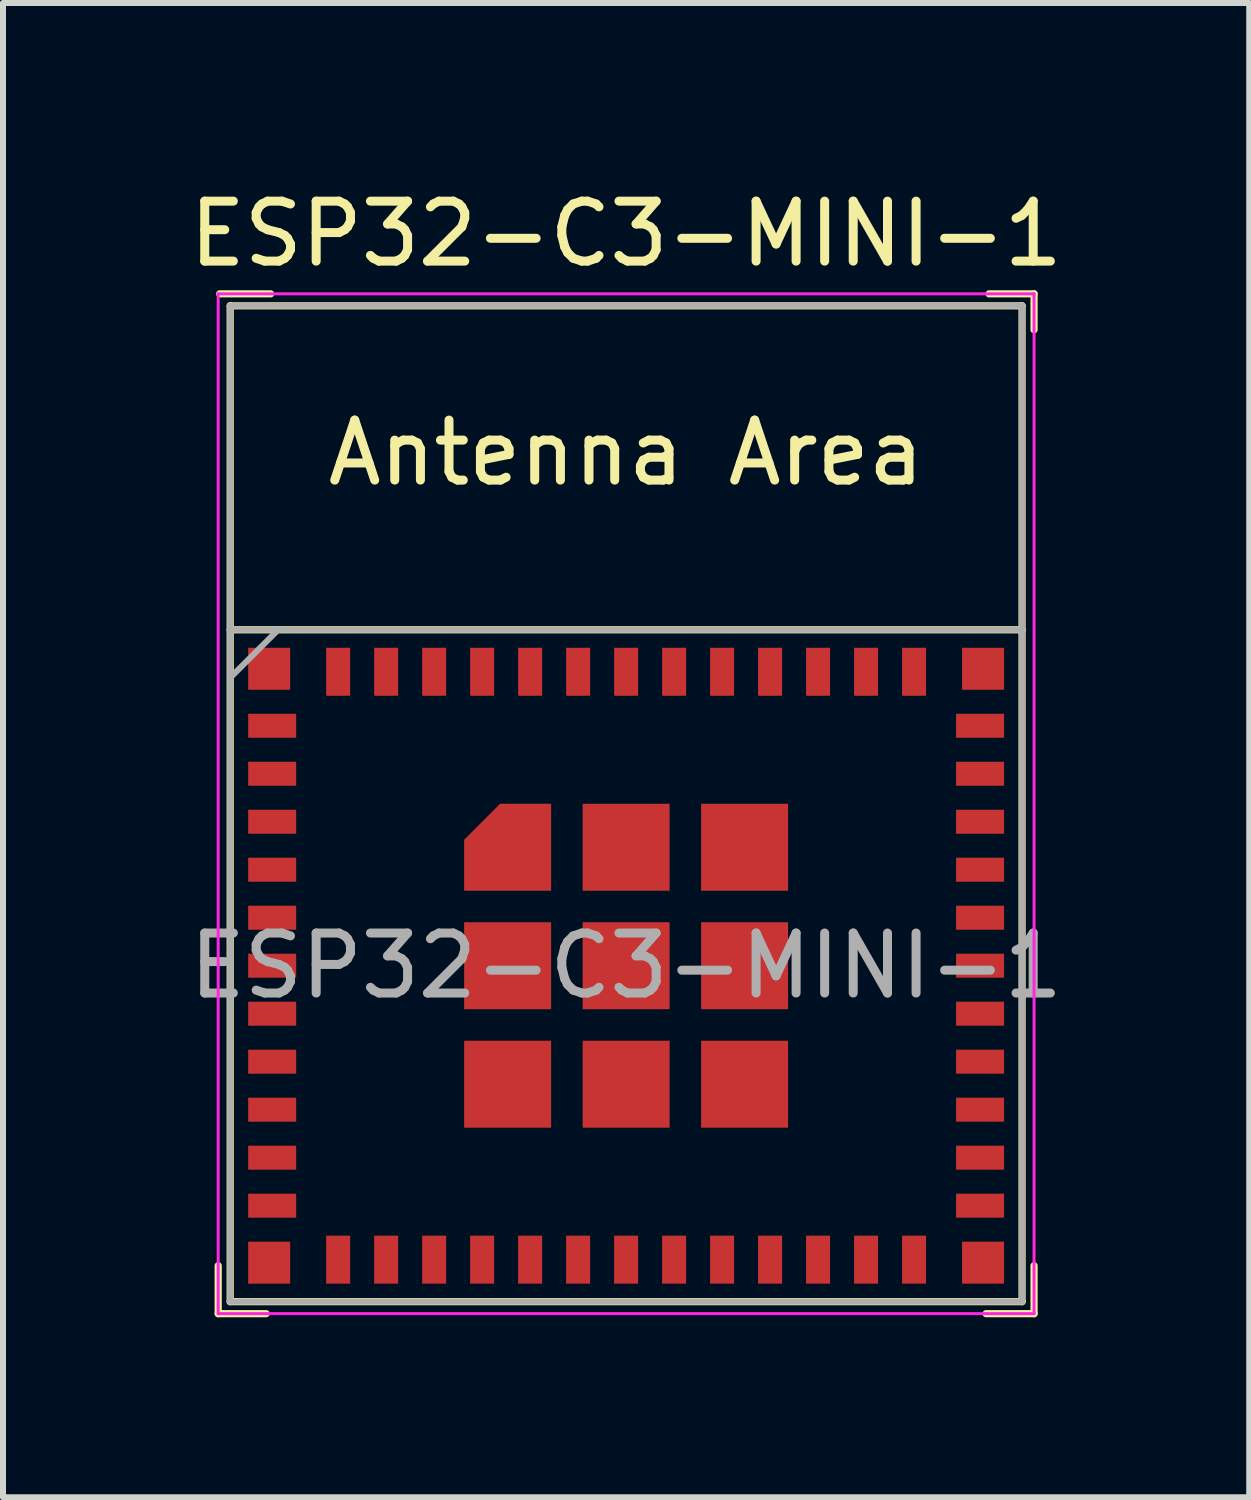
<source format=kicad_pcb>
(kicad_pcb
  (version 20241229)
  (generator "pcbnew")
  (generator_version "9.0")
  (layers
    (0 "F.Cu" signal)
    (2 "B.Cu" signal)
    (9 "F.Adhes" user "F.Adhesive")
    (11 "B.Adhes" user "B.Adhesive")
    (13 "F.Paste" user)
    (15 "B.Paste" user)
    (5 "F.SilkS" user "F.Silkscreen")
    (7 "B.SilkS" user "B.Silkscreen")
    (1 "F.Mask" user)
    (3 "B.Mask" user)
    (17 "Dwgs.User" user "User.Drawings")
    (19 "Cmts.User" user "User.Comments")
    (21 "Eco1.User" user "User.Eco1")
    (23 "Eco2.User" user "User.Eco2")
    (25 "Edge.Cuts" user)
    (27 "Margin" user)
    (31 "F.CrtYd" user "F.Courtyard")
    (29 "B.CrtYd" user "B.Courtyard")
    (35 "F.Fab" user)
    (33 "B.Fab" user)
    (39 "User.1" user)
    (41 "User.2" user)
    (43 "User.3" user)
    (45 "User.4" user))
  (footprint "ESP32-C3-MINI-1"
    (layer "F.Cu")
    (at 7.387 10.348)
    (property "Reference" "ESP32-C3-MINI-1" (at 0 -9.5 0) (layer "F.SilkS") (effects (font (size 1 1) (thickness 0.15))))
    (attr smd)
    (fp_line (start -6.8 7.7) (end -6.8 8.5) (stroke (width 0.12) (type solid)) (layer "F.SilkS"))
    (fp_line (start -6.8 8.5) (end -6 8.5) (stroke (width 0.12) (type solid)) (layer "F.SilkS"))
    (fp_line (start -6.6 -8.3) (end 6.6 -8.3) (stroke (width 0.12) (type solid)) (layer "F.SilkS"))
    (fp_line (start -6.6 -2.9) (end 6.6 -2.9) (stroke (width 0.12) (type solid)) (layer "F.SilkS"))
    (fp_line (start -6.6 8.3) (end -6.6 -8.3) (stroke (width 0.12) (type solid)) (layer "F.SilkS"))
    (fp_line (start -5.925 -8.5) (end -6.775 -8.5) (stroke (width 0.12) (type solid)) (layer "F.SilkS"))
    (fp_line (start 6.05 -8.5) (end 6.8 -8.5) (stroke (width 0.12) (type solid)) (layer "F.SilkS"))
    (fp_line (start 6.6 -8.3) (end 6.6 8.3) (stroke (width 0.12) (type solid)) (layer "F.SilkS"))
    (fp_line (start 6.6 8.3) (end -6.6 8.3) (stroke (width 0.12) (type solid)) (layer "F.SilkS"))
    (fp_line (start 6.8 -8.5) (end 6.8 -7.9) (stroke (width 0.12) (type solid)) (layer "F.SilkS"))
    (fp_line (start 6.8 7.7) (end 6.8 8.5) (stroke (width 0.12) (type solid)) (layer "F.SilkS"))
    (fp_line (start 6.8 8.5) (end 6 8.5) (stroke (width 0.12) (type solid)) (layer "F.SilkS"))
    (fp_line (start -6.8 -8.5) (end 6.8 -8.5) (stroke (width 0.05) (type solid)) (layer "F.CrtYd"))
    (fp_line (start -6.8 8.5) (end -6.8 -8.5) (stroke (width 0.05) (type solid)) (layer "F.CrtYd"))
    (fp_line (start 6.8 -8.5) (end 6.8 8.5) (stroke (width 0.05) (type solid)) (layer "F.CrtYd"))
    (fp_line (start 6.8 8.5) (end -6.8 8.5) (stroke (width 0.05) (type solid)) (layer "F.CrtYd"))
    (fp_line (start -6.6 8.3) (end -6.6 -8.3) (stroke (width 0.1) (type solid)) (layer "F.Fab"))
    (fp_line (start -6.6 8.3) (end 6.6 8.3) (stroke (width 0.1) (type solid)) (layer "F.Fab"))
    (fp_line (start -5.8 -2.9) (end -6.6 -2.1) (stroke (width 0.1) (type solid)) (layer "F.Fab"))
    (fp_line (start 6.6 -8.3) (end -6.6 -8.3) (stroke (width 0.1) (type solid)) (layer "F.Fab"))
    (fp_line (start 6.6 -2.9) (end -6.6 -2.9) (stroke (width 0.1) (type solid)) (layer "F.Fab"))
    (fp_line (start 6.6 8.3) (end 6.6 -8.3) (stroke (width 0.1) (type solid)) (layer "F.Fab"))
    (fp_text user "Antenna Area" (at 0 -5.85 0) (layer "F.SilkS") (effects (font (size 1 1) (thickness 0.15))))
    (fp_text user "${REFERENCE}" (at 0 2.7 0) (layer "F.Fab") (effects (font (size 1 1) (thickness 0.15))))
    (pad "1" smd rect (at -5.9 -1.3 90) (size 0.4 0.8) (layers "F.Cu" "F.Mask" "F.Paste"))
    (pad "2" smd rect (at -5.9 -0.5 90) (size 0.4 0.8) (layers "F.Cu" "F.Mask" "F.Paste"))
    (pad "3" smd rect (at -5.9 0.3 90) (size 0.4 0.8) (layers "F.Cu" "F.Mask" "F.Paste"))
    (pad "4" smd rect (at -5.9 1.1 90) (size 0.4 0.8) (layers "F.Cu" "F.Mask" "F.Paste"))
    (pad "5" smd rect (at -5.9 1.9 90) (size 0.4 0.8) (layers "F.Cu" "F.Mask" "F.Paste"))
    (pad "6" smd rect (at -5.9 2.7 90) (size 0.4 0.8) (layers "F.Cu" "F.Mask" "F.Paste"))
    (pad "7" smd rect (at -5.9 3.5 90) (size 0.4 0.8) (layers "F.Cu" "F.Mask" "F.Paste"))
    (pad "8" smd rect (at -5.9 4.3 90) (size 0.4 0.8) (layers "F.Cu" "F.Mask" "F.Paste"))
    (pad "9" smd rect (at -5.9 5.1 90) (size 0.4 0.8) (layers "F.Cu" "F.Mask" "F.Paste"))
    (pad "10" smd rect (at -5.9 5.9 90) (size 0.4 0.8) (layers "F.Cu" "F.Mask" "F.Paste"))
    (pad "11" smd rect (at -5.9 6.7 90) (size 0.4 0.8) (layers "F.Cu" "F.Mask" "F.Paste"))
    (pad "12" smd rect (at -4.8 7.6) (size 0.4 0.8) (layers "F.Cu" "F.Mask" "F.Paste"))
    (pad "13" smd rect (at -4 7.6) (size 0.4 0.8) (layers "F.Cu" "F.Mask" "F.Paste"))
    (pad "14" smd rect (at -3.2 7.6) (size 0.4 0.8) (layers "F.Cu" "F.Mask" "F.Paste"))
    (pad "15" smd rect (at -2.4 7.6) (size 0.4 0.8) (layers "F.Cu" "F.Mask" "F.Paste"))
    (pad "16" smd rect (at -1.6 7.6) (size 0.4 0.8) (layers "F.Cu" "F.Mask" "F.Paste"))
    (pad "17" smd rect (at -0.8 7.6) (size 0.4 0.8) (layers "F.Cu" "F.Mask" "F.Paste"))
    (pad "18" smd rect (at 0 7.6) (size 0.4 0.8) (layers "F.Cu" "F.Mask" "F.Paste"))
    (pad "19" smd rect (at 0.8 7.6) (size 0.4 0.8) (layers "F.Cu" "F.Mask" "F.Paste"))
    (pad "20" smd rect (at 1.6 7.6) (size 0.4 0.8) (layers "F.Cu" "F.Mask" "F.Paste"))
    (pad "21" smd rect (at 2.4 7.6) (size 0.4 0.8) (layers "F.Cu" "F.Mask" "F.Paste"))
    (pad "22" smd rect (at 3.2 7.6) (size 0.4 0.8) (layers "F.Cu" "F.Mask" "F.Paste"))
    (pad "23" smd rect (at 4 7.6) (size 0.4 0.8) (layers "F.Cu" "F.Mask" "F.Paste"))
    (pad "24" smd rect (at 4.8 7.6) (size 0.4 0.8) (layers "F.Cu" "F.Mask" "F.Paste"))
    (pad "25" smd rect (at 5.9 6.7 90) (size 0.4 0.8) (layers "F.Cu" "F.Mask" "F.Paste"))
    (pad "26" smd rect (at 5.9 5.9 90) (size 0.4 0.8) (layers "F.Cu" "F.Mask" "F.Paste"))
    (pad "27" smd rect (at 5.9 5.1 90) (size 0.4 0.8) (layers "F.Cu" "F.Mask" "F.Paste"))
    (pad "28" smd rect (at 5.9 4.3 90) (size 0.4 0.8) (layers "F.Cu" "F.Mask" "F.Paste"))
    (pad "29" smd rect (at 5.9 3.5 90) (size 0.4 0.8) (layers "F.Cu" "F.Mask" "F.Paste"))
    (pad "30" smd rect (at 5.9 2.7 90) (size 0.4 0.8) (layers "F.Cu" "F.Mask" "F.Paste"))
    (pad "31" smd rect (at 5.9 1.9 90) (size 0.4 0.8) (layers "F.Cu" "F.Mask" "F.Paste"))
    (pad "32" smd rect (at 5.9 1.1 90) (size 0.4 0.8) (layers "F.Cu" "F.Mask" "F.Paste"))
    (pad "33" smd rect (at 5.9 0.3 90) (size 0.4 0.8) (layers "F.Cu" "F.Mask" "F.Paste"))
    (pad "34" smd rect (at 5.9 -0.5 90) (size 0.4 0.8) (layers "F.Cu" "F.Mask" "F.Paste"))
    (pad "35" smd rect (at 5.9 -1.3 90) (size 0.4 0.8) (layers "F.Cu" "F.Mask" "F.Paste"))
    (pad "36" smd rect (at 4.8 -2.2) (size 0.4 0.8) (layers "F.Cu" "F.Mask" "F.Paste"))
    (pad "37" smd rect (at 4 -2.2) (size 0.4 0.8) (layers "F.Cu" "F.Mask" "F.Paste"))
    (pad "38" smd rect (at 3.2 -2.2) (size 0.4 0.8) (layers "F.Cu" "F.Mask" "F.Paste"))
    (pad "39" smd rect (at 2.4 -2.2) (size 0.4 0.8) (layers "F.Cu" "F.Mask" "F.Paste"))
    (pad "40" smd rect (at 1.6 -2.2) (size 0.4 0.8) (layers "F.Cu" "F.Mask" "F.Paste"))
    (pad "41" smd rect (at 0.8 -2.2) (size 0.4 0.8) (layers "F.Cu" "F.Mask" "F.Paste"))
    (pad "42" smd rect (at 0 -2.2) (size 0.4 0.8) (layers "F.Cu" "F.Mask" "F.Paste"))
    (pad "43" smd rect (at -0.8 -2.2) (size 0.4 0.8) (layers "F.Cu" "F.Mask" "F.Paste"))
    (pad "44" smd rect (at -1.6 -2.2) (size 0.4 0.8) (layers "F.Cu" "F.Mask" "F.Paste"))
    (pad "45" smd rect (at -2.4 -2.2) (size 0.4 0.8) (layers "F.Cu" "F.Mask" "F.Paste"))
    (pad "46" smd rect (at -3.2 -2.2) (size 0.4 0.8) (layers "F.Cu" "F.Mask" "F.Paste"))
    (pad "47" smd rect (at -4 -2.2) (size 0.4 0.8) (layers "F.Cu" "F.Mask" "F.Paste"))
    (pad "48" smd rect (at -4.8 -2.2) (size 0.4 0.8) (layers "F.Cu" "F.Mask" "F.Paste"))
    (pad "49" smd custom (at -1.975 0.725) (size 0.8 0.8) (layers "F.Cu" "F.Mask" "F.Paste") (options (anchor rect)) (primitives (gr_poly (pts (xy 0.725 0.725) (xy -0.725 0.725) (xy -0.725 -0.125) (xy -0.125 -0.725) (xy 0.725 -0.725)) (width 0) (fill yes))))
    (pad "49" smd rect (at -1.975 2.7 90) (size 1.45 1.45) (layers "F.Cu" "F.Mask" "F.Paste"))
    (pad "49" smd rect (at -1.975 4.675 90) (size 1.45 1.45) (layers "F.Cu" "F.Mask" "F.Paste"))
    (pad "49" smd rect (at 0 0.725 90) (size 1.45 1.45) (layers "F.Cu" "F.Mask" "F.Paste"))
    (pad "49" smd rect (at 0 2.7 90) (size 1.45 1.45) (layers "F.Cu" "F.Mask" "F.Paste"))
    (pad "49" smd rect (at 0 4.675 90) (size 1.45 1.45) (layers "F.Cu" "F.Mask" "F.Paste"))
    (pad "49" smd rect (at 1.975 0.725 90) (size 1.45 1.45) (layers "F.Cu" "F.Mask" "F.Paste"))
    (pad "49" smd rect (at 1.975 2.7 90) (size 1.45 1.45) (layers "F.Cu" "F.Mask" "F.Paste"))
    (pad "49" smd rect (at 1.975 4.675 90) (size 1.45 1.45) (layers "F.Cu" "F.Mask" "F.Paste"))
    (pad "50" smd rect (at 5.95 -2.25 90) (size 0.7 0.7) (layers "F.Cu" "F.Mask" "F.Paste"))
    (pad "51" smd rect (at 5.95 7.65 90) (size 0.7 0.7) (layers "F.Cu" "F.Mask" "F.Paste"))
    (pad "52" smd rect (at -5.95 7.65 90) (size 0.7 0.7) (layers "F.Cu" "F.Mask" "F.Paste"))
    (pad "53" smd rect (at -5.95 -2.25 90) (size 0.7 0.7) (layers "F.Cu" "F.Mask" "F.Paste")))
  (gr_rect
    (start -3 -3)
    (end 17.774 21.908)
    (stroke (width 0.1) (type default))
    (fill no)
    (layer "Edge.Cuts")))
</source>
